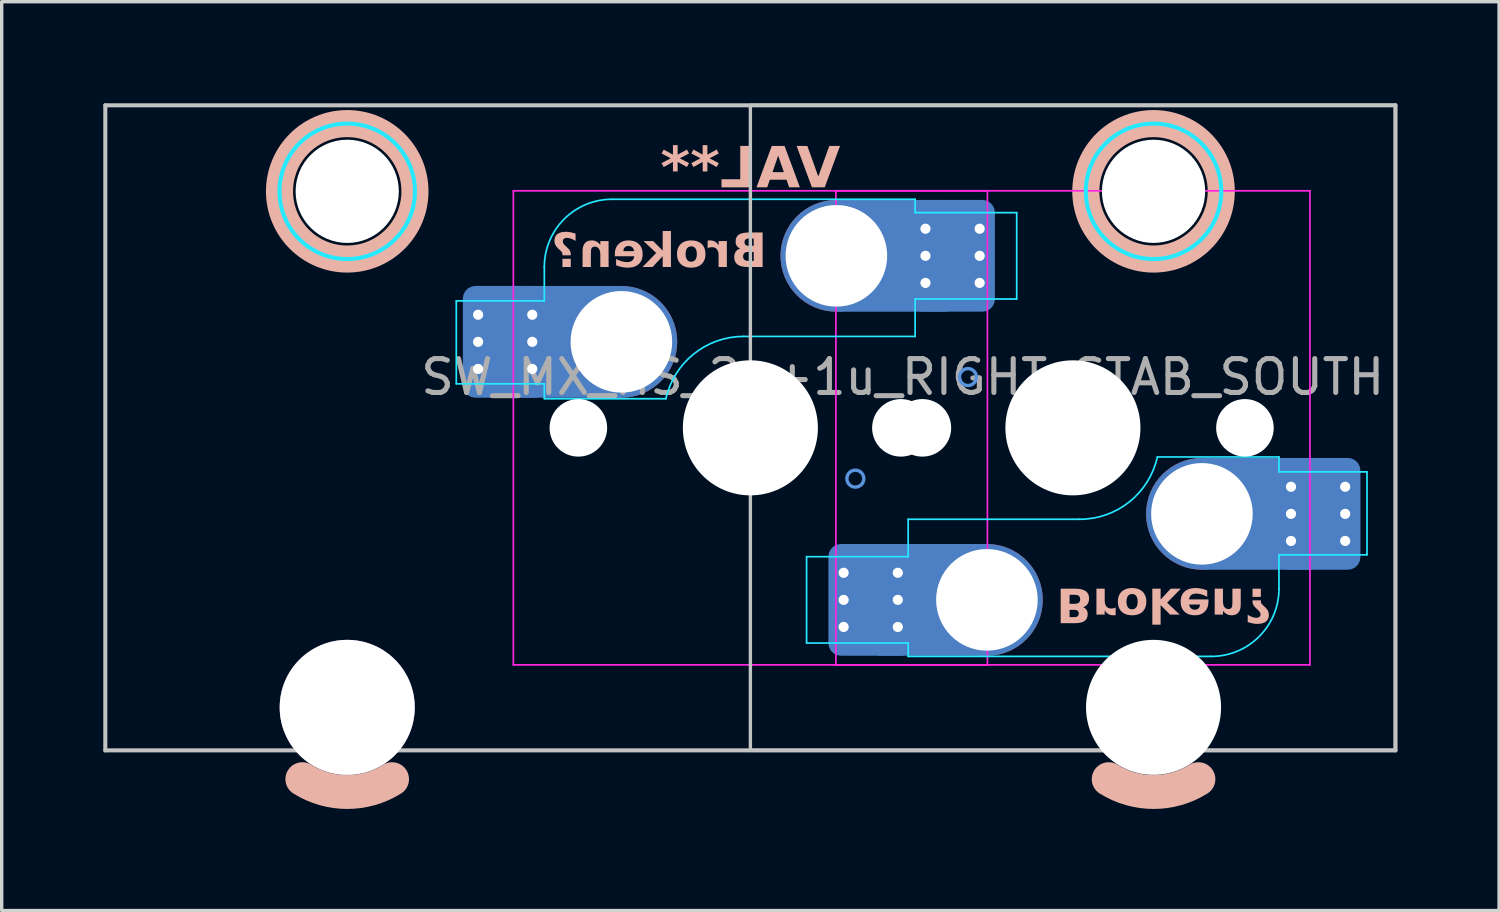
<source format=kicad_pcb>
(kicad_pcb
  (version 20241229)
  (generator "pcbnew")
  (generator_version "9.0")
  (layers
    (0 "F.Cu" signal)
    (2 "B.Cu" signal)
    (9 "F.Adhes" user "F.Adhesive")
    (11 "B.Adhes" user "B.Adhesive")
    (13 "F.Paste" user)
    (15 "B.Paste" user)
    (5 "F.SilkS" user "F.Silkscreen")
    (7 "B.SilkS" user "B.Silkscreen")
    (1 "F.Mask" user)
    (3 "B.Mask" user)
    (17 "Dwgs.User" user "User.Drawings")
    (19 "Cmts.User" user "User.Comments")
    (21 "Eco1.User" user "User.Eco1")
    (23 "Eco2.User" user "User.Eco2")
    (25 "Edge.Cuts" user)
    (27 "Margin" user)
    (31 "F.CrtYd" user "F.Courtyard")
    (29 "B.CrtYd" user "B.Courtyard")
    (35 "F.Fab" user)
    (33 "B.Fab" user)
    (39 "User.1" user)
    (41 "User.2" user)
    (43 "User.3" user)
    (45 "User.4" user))
  (footprint "SW_MX_HS_2u+1u_RIGHT_STAB_SOUTH"
    (layer "F.Cu")
    (at 28.635 9.585)
    (property "Reference" "SW_MX_HS_2u+1u_RIGHT_STAB_SOUTH" (at -5.025 -1.5 0) (layer "F.Fab") (effects (font (size 1 1) (thickness 0.15))))
    (property "Value" "VAL**" (at -4.44 7.79 0) (layer "B.SilkS") (hide yes) (effects (font (size 1.2 1.2) (thickness 0.24) (bold yes)) (justify mirror)))
    (attr smd)
    (fp_arc (start -20.106252 10.374995) (mid -21.43125 10.755) (end -22.756248 10.374995) (stroke (width 1) (type default)) (layer "B.SilkS"))
    (fp_arc (start 3.706248 10.374995) (mid 2.38125 10.755) (end 1.056252 10.374995) (stroke (width 1) (type default)) (layer "B.SilkS"))
    (fp_circle (center -21.431 -6.985) (end -23.431 -6.985) (stroke (width 0.8) (type solid)) (fill no) (layer "B.SilkS"))
    (fp_circle (center 2.381 -6.985) (end 0.381 -6.985) (stroke (width 0.8) (type solid)) (fill no) (layer "B.SilkS"))
    (fp_line (start -28.575 -9.525) (end -28.575 9.525) (stroke (width 0.12) (type solid)) (layer "Dwgs.User"))
    (fp_line (start -28.575 -9.525) (end 9.525 -9.525) (stroke (width 0.12) (type solid)) (layer "Dwgs.User"))
    (fp_line (start -28.575 9.525) (end 9.525 9.525) (stroke (width 0.12) (type solid)) (layer "Dwgs.User"))
    (fp_line (start 9.525 -9.525) (end 9.525 9.525) (stroke (width 0.12) (type solid)) (layer "Dwgs.User"))
    (fp_rect (start 9.525 9.525) (end -9.525 -9.525) (stroke (width 0.1) (type default)) (fill no) (layer "Dwgs.User"))
    (fp_circle (center -6.425 1.5) (end -6.175 1.5) (stroke (width 0.1) (type default)) (fill no) (layer "Cmts.User"))
    (fp_circle (center -3.1 -1.5) (end -3.35 -1.5) (stroke (width 0.1) (type default)) (fill no) (layer "Cmts.User"))
    (fp_circle (center -2.54 5.08) (end -1.69 5.08) (stroke (width 0.1) (type default)) (fill no) (layer "Cmts.User"))
    (fp_circle (center 3.81 2.54) (end 2.96 2.54) (stroke (width 0.1) (type default)) (fill no) (layer "Cmts.User"))
    (fp_line (start -24.806 -5.5) (end -24.806 7.5) (stroke (width 0.05) (type solid)) (layer "Eco2.User"))
    (fp_line (start -24.306 -6) (end -18.556 -6) (stroke (width 0.05) (type solid)) (layer "Eco2.User"))
    (fp_line (start -24.306 8) (end -18.556 8) (stroke (width 0.05) (type solid)) (layer "Eco2.User"))
    (fp_line (start -18.056 -5.5) (end -18.056 7.5) (stroke (width 0.05) (type solid)) (layer "Eco2.User"))
    (fp_line (start -16.525 6.5) (end -16.525 -6.5) (stroke (width 0.05) (type solid)) (layer "Eco2.User"))
    (fp_line (start -16.025 -7) (end -3.025 -7) (stroke (width 0.05) (type solid)) (layer "Eco2.User"))
    (fp_line (start -7 6.5) (end -7 -6.5) (stroke (width 0.05) (type solid)) (layer "Eco2.User"))
    (fp_line (start -6.5 -7) (end 6.5 -7) (stroke (width 0.05) (type solid)) (layer "Eco2.User"))
    (fp_line (start -3.025 7) (end -16.025 7) (stroke (width 0.05) (type solid)) (layer "Eco2.User"))
    (fp_line (start -2.525 -6.5) (end -2.525 6.5) (stroke (width 0.05) (type solid)) (layer "Eco2.User"))
    (fp_line (start -0.994 -5.5) (end -0.994 7.5) (stroke (width 0.05) (type solid)) (layer "Eco2.User"))
    (fp_line (start -0.494 -6) (end 5.255 -6) (stroke (width 0.05) (type solid)) (layer "Eco2.User"))
    (fp_line (start -0.494 8) (end 5.256 8) (stroke (width 0.05) (type solid)) (layer "Eco2.User"))
    (fp_line (start 5.755 -5.5) (end 5.756 7.5) (stroke (width 0.05) (type solid)) (layer "Eco2.User"))
    (fp_line (start 6.5 7) (end -6.5 7) (stroke (width 0.05) (type solid)) (layer "Eco2.User"))
    (fp_line (start 7 -6.5) (end 7 6.5) (stroke (width 0.05) (type solid)) (layer "Eco2.User"))
    (fp_arc (start -24.80625 -5.499999) (mid -24.659803 -5.853552) (end -24.30625 -5.999999) (stroke (width 0.05) (type solid)) (layer "Eco2.User"))
    (fp_arc (start -24.30625 8.000001) (mid -24.659803 7.853554) (end -24.80625 7.500001) (stroke (width 0.05) (type solid)) (layer "Eco2.User"))
    (fp_arc (start -18.55625 -5.999999) (mid -18.202697 -5.853552) (end -18.05625 -5.499999) (stroke (width 0.05) (type solid)) (layer "Eco2.User"))
    (fp_arc (start -18.05625 7.500001) (mid -18.202697 7.853554) (end -18.55625 8.000001) (stroke (width 0.05) (type solid)) (layer "Eco2.User"))
    (fp_arc (start -16.525 -6.5) (mid -16.378553 -6.853553) (end -16.025 -7) (stroke (width 0.05) (type solid)) (layer "Eco2.User"))
    (fp_arc (start -16.025 7) (mid -16.378553 6.853553) (end -16.525 6.5) (stroke (width 0.05) (type solid)) (layer "Eco2.User"))
    (fp_arc (start -6.997236 -6.498884) (mid -6.850806 -6.852455) (end -6.497236 -6.998884) (stroke (width 0.05) (type solid)) (layer "Eco2.User"))
    (fp_arc (start -6.5 7) (mid -6.853553 6.853553) (end -7 6.5) (stroke (width 0.05) (type solid)) (layer "Eco2.User"))
    (fp_arc (start -3.025 -7) (mid -2.671447 -6.853553) (end -2.525 -6.5) (stroke (width 0.05) (type solid)) (layer "Eco2.User"))
    (fp_arc (start -2.527764 6.498884) (mid -2.674194 6.852455) (end -3.027764 6.998884) (stroke (width 0.05) (type solid)) (layer "Eco2.User"))
    (fp_arc (start -0.99375 -5.499999) (mid -0.847315 -5.853565) (end -0.49375 -5.999999) (stroke (width 0.05) (type solid)) (layer "Eco2.User"))
    (fp_arc (start -0.49375 8.000001) (mid -0.847307 7.853543) (end -0.99375 7.500001) (stroke (width 0.05) (type solid)) (layer "Eco2.User"))
    (fp_arc (start 5.255039 -5.999999) (mid 5.608602 -5.853545) (end 5.755039 -5.499999) (stroke (width 0.05) (type solid)) (layer "Eco2.User"))
    (fp_arc (start 5.75625 7.500001) (mid 5.6098 7.853536) (end 5.25625 8.000001) (stroke (width 0.05) (type solid)) (layer "Eco2.User"))
    (fp_arc (start 6.5 -7) (mid 6.853553 -6.853553) (end 7 -6.5) (stroke (width 0.05) (type solid)) (layer "Eco2.User"))
    (fp_arc (start 7 6.5) (mid 6.853553 6.853553) (end 6.5 7) (stroke (width 0.05) (type solid)) (layer "Eco2.User"))
    (fp_line (start -18.21 -3.75) (end -18.21 -1.3) (stroke (width 0.05) (type solid)) (layer "B.CrtYd"))
    (fp_line (start -18.21 -1.3) (end -15.61 -1.3) (stroke (width 0.05) (type solid)) (layer "B.CrtYd"))
    (fp_line (start -15.61 -3.75) (end -18.21 -3.75) (stroke (width 0.05) (type solid)) (layer "B.CrtYd"))
    (fp_line (start -15.61 -3.75) (end -15.61 -4.75) (stroke (width 0.05) (type solid)) (layer "B.CrtYd"))
    (fp_line (start -15.61 -1.3) (end -15.61 -0.86) (stroke (width 0.05) (type solid)) (layer "B.CrtYd"))
    (fp_line (start -15.61 -0.86) (end -12.019 -0.86) (stroke (width 0.05) (type solid)) (layer "B.CrtYd"))
    (fp_line (start -13.61 -6.75) (end -4.66 -6.75) (stroke (width 0.05) (type solid)) (layer "B.CrtYd"))
    (fp_line (start -7.865 3.805) (end -7.865 6.355) (stroke (width 0.05) (type solid)) (layer "B.CrtYd"))
    (fp_line (start -4.865 2.7) (end 0.2 2.7) (stroke (width 0.05) (type solid)) (layer "B.CrtYd"))
    (fp_line (start -4.865 3.805) (end -7.865 3.805) (stroke (width 0.05) (type solid)) (layer "B.CrtYd"))
    (fp_line (start -4.865 3.805) (end -4.865 2.7) (stroke (width 0.05) (type solid)) (layer "B.CrtYd"))
    (fp_line (start -4.865 6.355) (end -7.865 6.355) (stroke (width 0.05) (type solid)) (layer "B.CrtYd"))
    (fp_line (start -4.865 6.75) (end -4.865 6.355) (stroke (width 0.05) (type solid)) (layer "B.CrtYd"))
    (fp_line (start -4.66 -6.75) (end -4.66 -6.355) (stroke (width 0.05) (type solid)) (layer "B.CrtYd"))
    (fp_line (start -4.66 -6.355) (end -1.66 -6.355) (stroke (width 0.05) (type solid)) (layer "B.CrtYd"))
    (fp_line (start -4.66 -3.805) (end -4.66 -2.7) (stroke (width 0.05) (type solid)) (layer "B.CrtYd"))
    (fp_line (start -4.66 -3.805) (end -1.66 -3.805) (stroke (width 0.05) (type solid)) (layer "B.CrtYd"))
    (fp_line (start -4.66 -2.7) (end -9.725 -2.7) (stroke (width 0.05) (type solid)) (layer "B.CrtYd"))
    (fp_line (start -1.66 -3.805) (end -1.66 -6.355) (stroke (width 0.05) (type solid)) (layer "B.CrtYd"))
    (fp_line (start 4.085 6.75) (end -4.865 6.75) (stroke (width 0.05) (type solid)) (layer "B.CrtYd"))
    (fp_line (start 6.085 0.86) (end 2.494 0.86) (stroke (width 0.05) (type solid)) (layer "B.CrtYd"))
    (fp_line (start 6.085 1.3) (end 6.085 0.86) (stroke (width 0.05) (type solid)) (layer "B.CrtYd"))
    (fp_line (start 6.085 3.75) (end 6.085 4.75) (stroke (width 0.05) (type solid)) (layer "B.CrtYd"))
    (fp_line (start 6.085 3.75) (end 8.685 3.75) (stroke (width 0.05) (type solid)) (layer "B.CrtYd"))
    (fp_line (start 8.685 1.3) (end 6.085 1.3) (stroke (width 0.05) (type solid)) (layer "B.CrtYd"))
    (fp_line (start 8.685 3.75) (end 8.685 1.3) (stroke (width 0.05) (type solid)) (layer "B.CrtYd"))
    (fp_arc (start -15.610176 -4.75022) (mid -15.02439 -6.164434) (end -13.610176 -6.75022) (stroke (width 0.05) (type solid)) (layer "B.CrtYd"))
    (fp_arc (start -12.019322 -0.86022) (mid -11.195503 -2.183399) (end -9.725 -2.70022) (stroke (width 0.05) (type solid)) (layer "B.CrtYd"))
    (fp_arc (start 2.494322 0.86022) (mid 1.670501 2.183395) (end 0.2 2.70022) (stroke (width 0.05) (type solid)) (layer "B.CrtYd"))
    (fp_arc (start 6.085176 4.75022) (mid 5.499389 6.164432) (end 4.085176 6.75022) (stroke (width 0.05) (type solid)) (layer "B.CrtYd"))
    (fp_circle (center -21.431 -6.985) (end -19.431 -6.985) (stroke (width 0.12) (type solid)) (fill no) (layer "B.CrtYd"))
    (fp_circle (center 2.381 -6.985) (end 4.381 -6.985) (stroke (width 0.12) (type solid)) (fill no) (layer "B.CrtYd"))
    (fp_line (start -16.525 -7) (end -16.525 7) (stroke (width 0.05) (type solid)) (layer "F.CrtYd"))
    (fp_line (start -16.525 7) (end -2.525 7) (stroke (width 0.05) (type solid)) (layer "F.CrtYd"))
    (fp_line (start -7 -7) (end -7 7) (stroke (width 0.05) (type solid)) (layer "F.CrtYd"))
    (fp_line (start -7 7) (end 7 7) (stroke (width 0.05) (type solid)) (layer "F.CrtYd"))
    (fp_line (start -2.525 -7) (end -16.525 -7) (stroke (width 0.05) (type solid)) (layer "F.CrtYd"))
    (fp_line (start -2.525 7) (end -2.525 -7) (stroke (width 0.05) (type solid)) (layer "F.CrtYd"))
    (fp_line (start 7 -7) (end -7 -7) (stroke (width 0.05) (type solid)) (layer "F.CrtYd"))
    (fp_line (start 7 7) (end 7 -7) (stroke (width 0.05) (type solid)) (layer "F.CrtYd"))
    (fp_text user "Broken?" (at -0.49 4.58 180) (unlocked yes) (layer "B.SilkS") (effects (font (face "Hitmo2.0") (size 1 1) (thickness 0.25) (bold yes)) (justify left bottom mirror)))
    (fp_text user "Broken?" (at -9.035 -4.58 0) (unlocked yes) (layer "B.SilkS") (effects (font (face "Hitmo2.0") (size 1 1) (thickness 0.25) (bold yes)) (justify left bottom mirror)))
    (fp_text user "${VALUE}" (at -9.525 -7.6 0) (layer "B.SilkS") (effects (font (face "Hitmo2.0") (size 1.2 1.2) (thickness 0.24) (bold yes)) (justify mirror)))
    (pad "" np_thru_hole circle (at -21.431 -6.985) (size 3.048 3.048) (drill 3.048) (layers "*.Cu" "*.Mask"))
    (pad "" thru_hole circle (at -21.431 8.255) (size 3.988 3.988) (drill 3.988) (layers "*.Cu" "*.Mask"))
    (pad "" np_thru_hole circle (at -14.605 0) (size 1.7 1.7) (drill 1.7) (layers "*.Cu" "*.Mask"))
    (pad "" np_thru_hole circle (at -9.525 0) (size 3.988 3.988) (drill 3.988) (layers "*.Cu" "*.Mask"))
    (pad "" np_thru_hole circle (at -5.08 0 180) (size 1.7 1.7) (drill 1.7) (layers "*.Cu" "*.Mask"))
    (pad "" np_thru_hole circle (at -4.445 0) (size 1.7 1.7) (drill 1.7) (layers "*.Cu" "*.Mask"))
    (pad "" np_thru_hole circle (at 0 0 180) (size 3.988 3.988) (drill 3.988) (layers "*.Cu" "*.Mask"))
    (pad "" np_thru_hole circle (at 2.381 -6.985) (size 3.048 3.048) (drill 3.048) (layers "*.Cu" "*.Mask"))
    (pad "" np_thru_hole circle (at 2.381 8.255) (size 3.988 3.988) (drill 3.988) (layers "*.Cu" "*.Mask"))
    (pad "" np_thru_hole circle (at 5.08 0 180) (size 1.7 1.7) (drill 1.7) (layers "*.Cu" "*.Mask"))
    (pad "1" thru_hole circle (at -17.566 -3.34 180) (size 0.6 0.6) (drill 0.3) (layers "*.Cu"))
    (pad "1" thru_hole circle (at -17.566 -2.54 180) (size 0.6 0.6) (drill 0.3) (layers "*.Cu"))
    (pad "1" thru_hole circle (at -17.566 -1.74 180) (size 0.6 0.6) (drill 0.3) (layers "*.Cu"))
    (pad "1" smd roundrect (at -16.766 -2.54 180) (size 2.2 3) (layers "B.Cu" "B.Mask" "B.Paste") (roundrect_rratio 0.114))
    (pad "1" smd roundrect (at -16.766 -2.54 180) (size 2.5 3.3) (layers "B.Cu") (roundrect_rratio 0.148))
    (pad "1" thru_hole circle (at -15.966 -3.34 180) (size 0.6 0.6) (drill 0.3) (layers "*.Cu"))
    (pad "1" thru_hole circle (at -15.966 -2.54 180) (size 0.6 0.6) (drill 0.3) (layers "*.Cu"))
    (pad "1" thru_hole circle (at -15.966 -1.74 180) (size 0.6 0.6) (drill 0.3) (layers "*.Cu"))
    (pad "1" smd rect (at -14.948 -2.54 180) (size 3.226 3.3) (layers "B.Cu"))
    (pad "1" thru_hole circle (at -13.335 -2.54 180) (size 3 3) (drill 3) (layers "*.Cu" "*.Mask"))
    (pad "1" smd circle (at -13.335 -2.54 180) (size 3.3 3.3) (layers "F.Cu"))
    (pad "1" smd circle (at -13.335 -2.54 180) (size 3.3 3.3) (layers "B.Cu"))
    (pad "1" thru_hole circle (at -6.771 4.28 180) (size 0.6 0.6) (drill 0.3) (layers "*.Cu"))
    (pad "1" thru_hole circle (at -6.771 5.08 180) (size 0.6 0.6) (drill 0.3) (layers "*.Cu"))
    (pad "1" thru_hole circle (at -6.771 5.88 180) (size 0.6 0.6) (drill 0.3) (layers "*.Cu"))
    (pad "1" smd roundrect (at -5.971 5.08 180) (size 2.2 3) (layers "B.Cu" "B.Mask" "B.Paste") (roundrect_rratio 0.114))
    (pad "1" smd roundrect (at -5.971 5.08 180) (size 2.5 3.3) (layers "B.Cu") (roundrect_rratio 0.148))
    (pad "1" thru_hole circle (at -5.171 4.28 180) (size 0.6 0.6) (drill 0.3) (layers "*.Cu"))
    (pad "1" thru_hole circle (at -5.171 5.08 180) (size 0.6 0.6) (drill 0.3) (layers "*.Cu"))
    (pad "1" thru_hole circle (at -5.171 5.88 180) (size 0.6 0.6) (drill 0.3) (layers "*.Cu"))
    (pad "1" smd rect (at -4.153 5.08 180) (size 3.226 3.3) (layers "B.Cu"))
    (pad "1" thru_hole circle (at -2.54 5.08 180) (size 3 3) (drill 3) (layers "*.Cu" "*.Mask"))
    (pad "1" smd circle (at -2.54 5.08 180) (size 3.3 3.3) (layers "F.Cu"))
    (pad "1" smd circle (at -2.54 5.08 180) (size 3.3 3.3) (layers "B.Cu"))
    (pad "2" thru_hole circle (at -6.985 -5.08) (size 3 3) (drill 3) (layers "*.Cu" "*.Mask"))
    (pad "2" smd circle (at -6.985 -5.08 180) (size 3.3 3.3) (layers "F.Cu"))
    (pad "2" smd circle (at -6.985 -5.08 180) (size 3.3 3.3) (layers "B.Cu"))
    (pad "2" smd rect (at -5.324 -5.08) (size 3.226 3.3) (layers "B.Cu"))
    (pad "2" thru_hole circle (at -4.354 -5.88) (size 0.6 0.6) (drill 0.3) (layers "*.Cu"))
    (pad "2" thru_hole circle (at -4.354 -5.08) (size 0.6 0.6) (drill 0.3) (layers "*.Cu"))
    (pad "2" thru_hole circle (at -4.354 -4.28) (size 0.6 0.6) (drill 0.3) (layers "*.Cu"))
    (pad "2" smd roundrect (at -3.554 -5.08) (size 2.2 3) (layers "B.Cu" "B.Mask" "B.Paste") (roundrect_rratio 0.114))
    (pad "2" smd roundrect (at -3.554 -5.08) (size 2.5 3.3) (layers "B.Cu") (roundrect_rratio 0.148))
    (pad "2" thru_hole circle (at -2.754 -5.88) (size 0.6 0.6) (drill 0.3) (layers "*.Cu"))
    (pad "2" thru_hole circle (at -2.754 -5.08) (size 0.6 0.6) (drill 0.3) (layers "*.Cu"))
    (pad "2" thru_hole circle (at -2.754 -4.28) (size 0.6 0.6) (drill 0.3) (layers "*.Cu"))
    (pad "2" thru_hole circle (at 3.81 2.54) (size 3 3) (drill 3) (layers "*.Cu" "*.Mask"))
    (pad "2" smd circle (at 3.81 2.54 180) (size 3.3 3.3) (layers "F.Cu"))
    (pad "2" smd circle (at 3.81 2.54 180) (size 3.3 3.3) (layers "B.Cu"))
    (pad "2" smd rect (at 5.471 2.54) (size 3.226 3.3) (layers "B.Cu"))
    (pad "2" thru_hole circle (at 6.441 1.74) (size 0.6 0.6) (drill 0.3) (layers "*.Cu"))
    (pad "2" thru_hole circle (at 6.441 2.54) (size 0.6 0.6) (drill 0.3) (layers "*.Cu"))
    (pad "2" thru_hole circle (at 6.441 3.34) (size 0.6 0.6) (drill 0.3) (layers "*.Cu"))
    (pad "2" smd roundrect (at 7.241 2.54) (size 2.2 3) (layers "B.Cu" "B.Mask" "B.Paste") (roundrect_rratio 0.114))
    (pad "2" smd roundrect (at 7.241 2.54) (size 2.5 3.3) (layers "B.Cu") (roundrect_rratio 0.148))
    (pad "2" thru_hole circle (at 8.041 1.74) (size 0.6 0.6) (drill 0.3) (layers "*.Cu"))
    (pad "2" thru_hole circle (at 8.041 2.54) (size 0.6 0.6) (drill 0.3) (layers "*.Cu"))
    (pad "2" thru_hole circle (at 8.041 3.34) (size 0.6 0.6) (drill 0.3) (layers "*.Cu")))
  (gr_rect
    (start -3 -3)
    (end 41.22 23.84)
    (stroke (width 0.1) (type default))
    (fill no)
    (layer "Edge.Cuts")))
</source>
